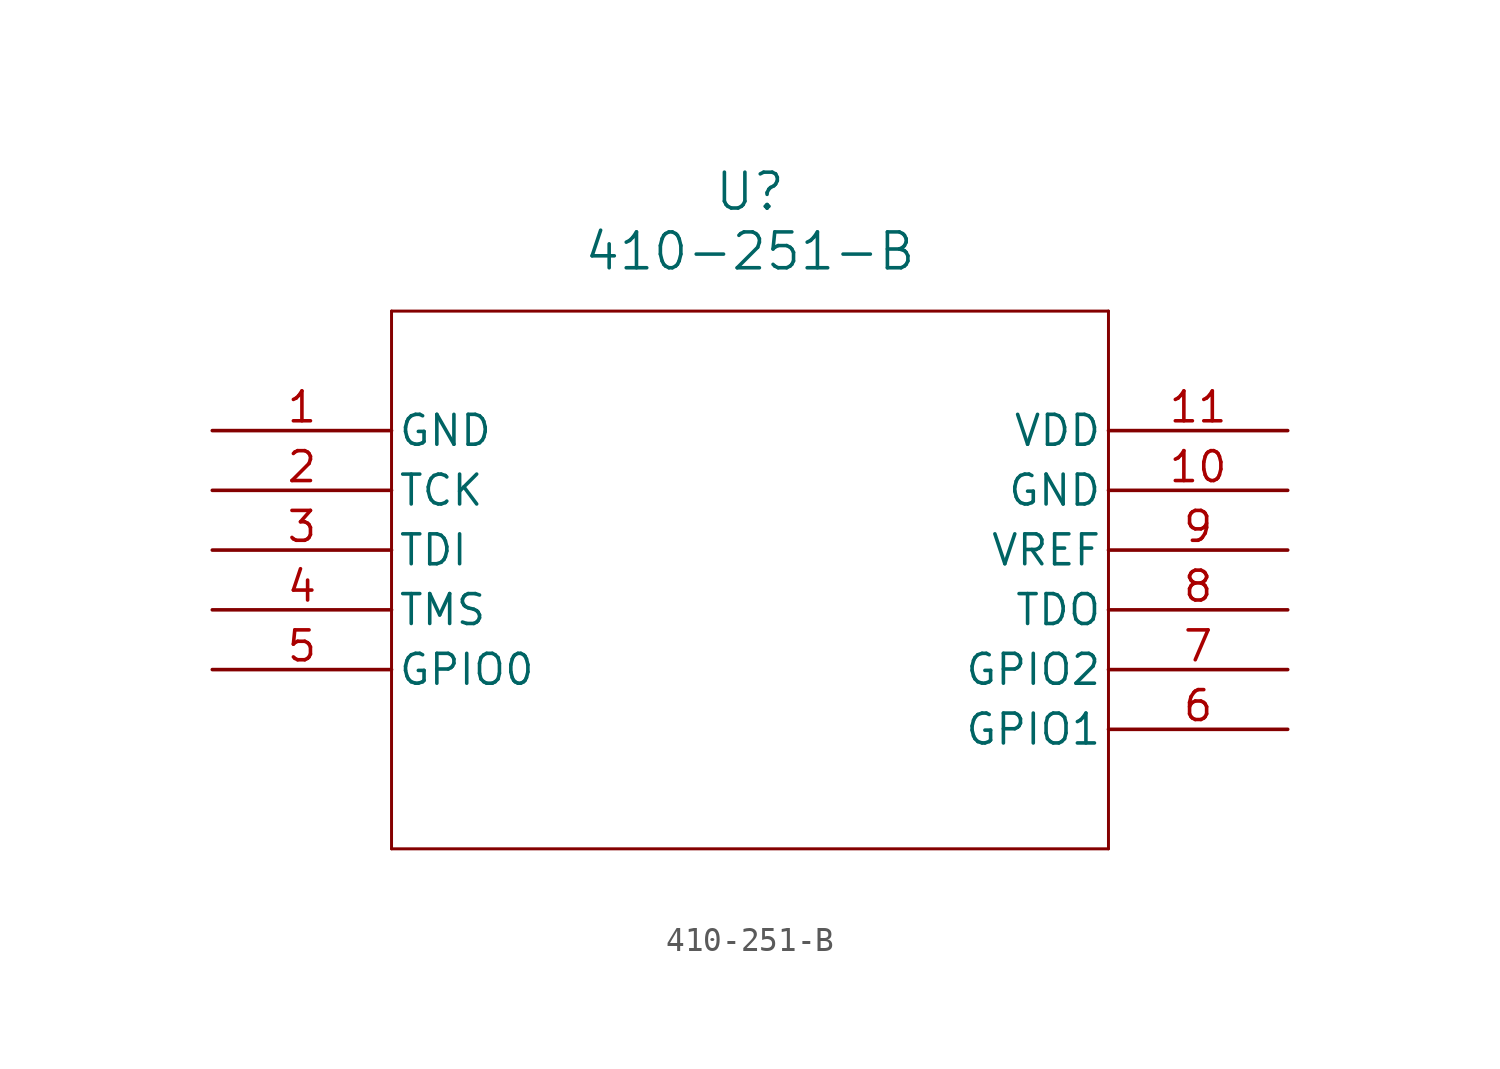
<source format=kicad_sym>
(kicad_symbol_lib
  (version 20211014)
  (generator kicad_symbol_editor)
  (symbol "410-251-B"
    (pin_names
      (offset 0.254))
    (property "Reference" "U"
      (at 22.86 10.16 0)
      (effects (font (size 1.524 1.524))))
    (property "Value" "410-251-B"
      (at 22.86 7.62 0)
      (effects (font (size 1.524 1.524))))
    (symbol "410-251-B_0_1"
      (polyline (pts (xy 7.62 5.08) (xy 7.62 -17.78)) (stroke (width 0.127) (type default) (color 0 0 0 0)) (fill (type none)))
      (polyline (pts (xy 7.62 -17.78) (xy 38.1 -17.78)) (stroke (width 0.127) (type default) (color 0 0 0 0)) (fill (type none)))
      (polyline (pts (xy 38.1 -17.78) (xy 38.1 5.08)) (stroke (width 0.127) (type default) (color 0 0 0 0)) (fill (type none)))
      (polyline (pts (xy 38.1 5.08) (xy 7.62 5.08)) (stroke (width 0.127) (type default) (color 0 0 0 0)) (fill (type none)))
      (pin power_out line (at 0 0 0) (length 7.62) (name "GND" (effects (font (size 1.27 1.27)))) (number "1" (effects (font (size 1.27 1.27)))))
      (pin unspecified line (at 0 -2.54 0) (length 7.62) (name "TCK" (effects (font (size 1.27 1.27)))) (number "2" (effects (font (size 1.27 1.27)))))
      (pin unspecified line (at 0 -5.08 0) (length 7.62) (name "TDI" (effects (font (size 1.27 1.27)))) (number "3" (effects (font (size 1.27 1.27)))))
      (pin unspecified line (at 0 -7.62 0) (length 7.62) (name "TMS" (effects (font (size 1.27 1.27)))) (number "4" (effects (font (size 1.27 1.27)))))
      (pin bidirectional line (at 0 -10.16 0) (length 7.62) (name "GPIO0" (effects (font (size 1.27 1.27)))) (number "5" (effects (font (size 1.27 1.27)))))
      (pin bidirectional line (at 45.72 -12.7 180) (length 7.62) (name "GPIO1" (effects (font (size 1.27 1.27)))) (number "6" (effects (font (size 1.27 1.27)))))
      (pin bidirectional line (at 45.72 -10.16 180) (length 7.62) (name "GPIO2" (effects (font (size 1.27 1.27)))) (number "7" (effects (font (size 1.27 1.27)))))
      (pin unspecified line (at 45.72 -7.62 180) (length 7.62) (name "TDO" (effects (font (size 1.27 1.27)))) (number "8" (effects (font (size 1.27 1.27)))))
      (pin power_in line (at 45.72 -5.08 180) (length 7.62) (name "VREF" (effects (font (size 1.27 1.27)))) (number "9" (effects (font (size 1.27 1.27)))))
      (pin power_out line (at 45.72 -2.54 180) (length 7.62) (name "GND" (effects (font (size 1.27 1.27)))) (number "10" (effects (font (size 1.27 1.27)))))
      (pin power_in line (at 45.72 0 180) (length 7.62) (name "VDD" (effects (font (size 1.27 1.27)))) (number "11" (effects (font (size 1.27 1.27))))))))
</source>
